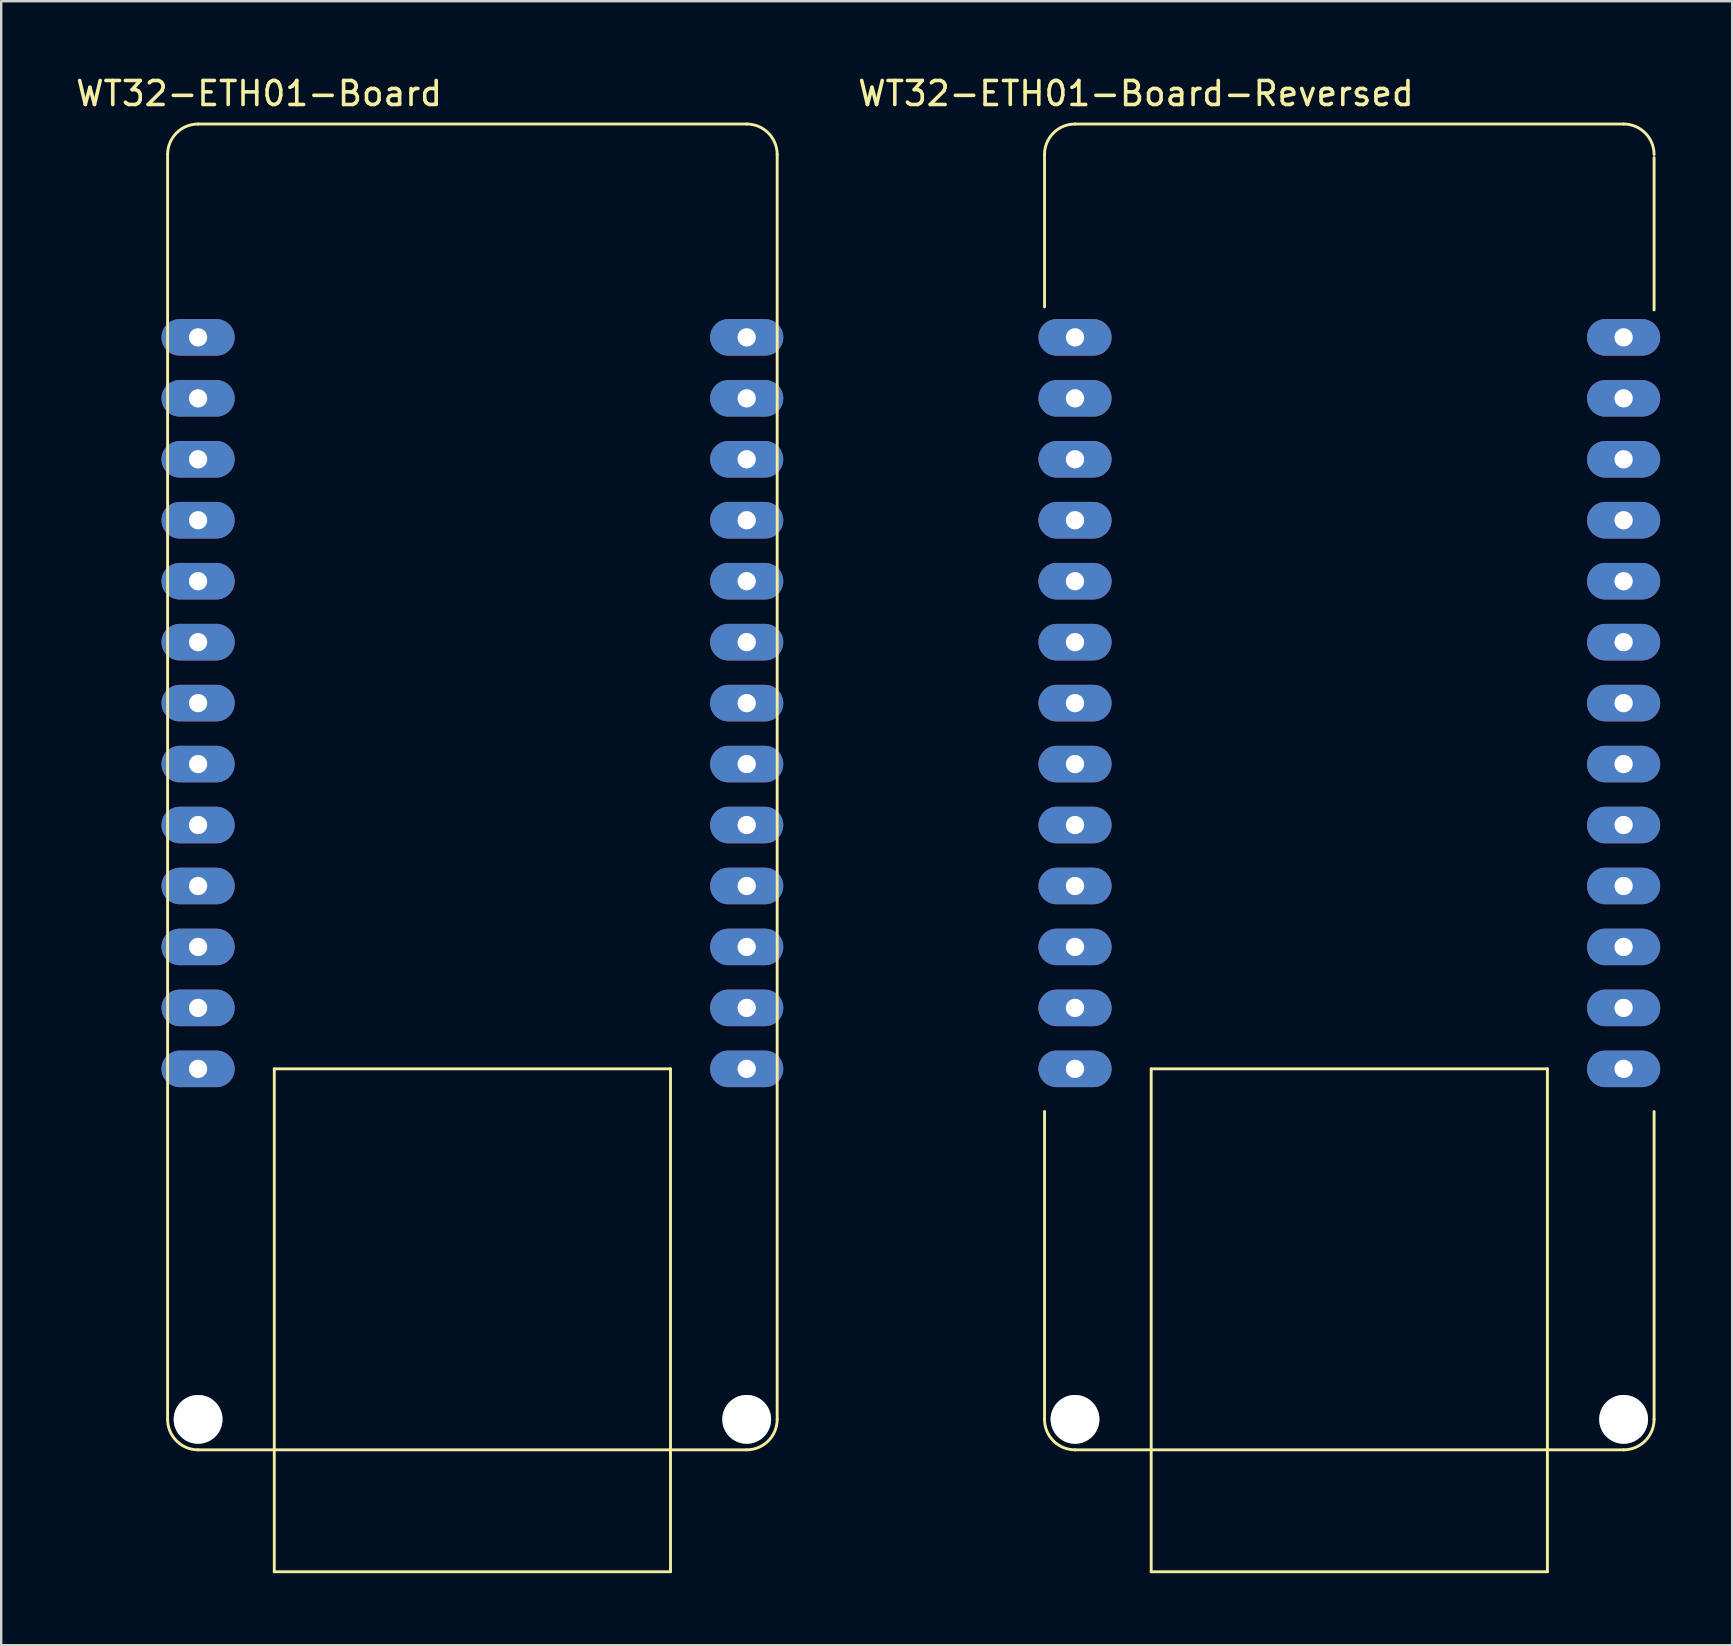
<source format=kicad_pcb>
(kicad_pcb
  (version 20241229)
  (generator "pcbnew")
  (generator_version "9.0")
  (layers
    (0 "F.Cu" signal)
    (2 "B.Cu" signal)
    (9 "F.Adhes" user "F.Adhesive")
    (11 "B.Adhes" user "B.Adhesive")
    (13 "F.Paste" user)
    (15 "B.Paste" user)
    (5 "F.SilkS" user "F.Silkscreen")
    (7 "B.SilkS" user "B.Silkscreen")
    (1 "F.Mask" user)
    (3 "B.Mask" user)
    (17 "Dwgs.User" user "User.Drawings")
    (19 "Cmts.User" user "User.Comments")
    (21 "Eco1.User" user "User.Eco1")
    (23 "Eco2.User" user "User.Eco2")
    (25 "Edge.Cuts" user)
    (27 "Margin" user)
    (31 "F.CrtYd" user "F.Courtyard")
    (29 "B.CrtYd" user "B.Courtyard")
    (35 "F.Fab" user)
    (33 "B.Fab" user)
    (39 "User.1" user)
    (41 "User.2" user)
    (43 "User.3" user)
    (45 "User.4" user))
  (footprint "WT32-ETH01-Board-Reversed"
    (layer "F.Cu")
    (at 53.174 30.058)
    (property "Reference" "WT32-ETH01-Board-Reversed" (at -8.89 -29.21 0) (layer "F.SilkS") (effects (font (size 1 1) (thickness 0.15))))
    (fp_line (start -12.7 -26.67) (end -12.7 -20.32) (stroke (width 0.12) (type solid)) (layer "F.SilkS"))
    (fp_line (start -12.7 13.208) (end -12.7 26.035) (stroke (width 0.12) (type solid)) (layer "F.SilkS"))
    (fp_line (start -11.43 27.305) (end 11.43 27.305) (stroke (width 0.12) (type solid)) (layer "F.SilkS"))
    (fp_line (start -8.255 11.43) (end 8.255 11.43) (stroke (width 0.12) (type solid)) (layer "F.SilkS"))
    (fp_line (start -8.255 32.385) (end -8.255 11.43) (stroke (width 0.12) (type solid)) (layer "F.SilkS"))
    (fp_line (start 8.255 11.43) (end 8.255 32.385) (stroke (width 0.12) (type solid)) (layer "F.SilkS"))
    (fp_line (start 8.255 32.385) (end -8.255 32.385) (stroke (width 0.12) (type solid)) (layer "F.SilkS"))
    (fp_line (start 11.43 -27.94) (end -11.43 -27.94) (stroke (width 0.12) (type solid)) (layer "F.SilkS"))
    (fp_line (start 12.7 -26.543) (end 12.7 -20.193) (stroke (width 0.12) (type solid)) (layer "F.SilkS"))
    (fp_line (start 12.7 13.208) (end 12.7 26.035) (stroke (width 0.12) (type solid)) (layer "F.SilkS"))
    (fp_arc (start -12.7 -26.67) (mid -12.328026 -27.568026) (end -11.43 -27.94) (stroke (width 0.12) (type solid)) (layer "F.SilkS"))
    (fp_arc (start -11.43 27.305) (mid -12.328026 26.933026) (end -12.7 26.035) (stroke (width 0.12) (type solid)) (layer "F.SilkS"))
    (fp_arc (start 11.43 -27.94) (mid 12.328026 -27.568026) (end 12.7 -26.67) (stroke (width 0.12) (type solid)) (layer "F.SilkS"))
    (fp_arc (start 12.7 26.035) (mid 12.328026 26.933026) (end 11.43 27.305) (stroke (width 0.12) (type solid)) (layer "F.SilkS"))
    (pad "" thru_hole circle (at -11.43 26.035) (size 2.032 2.032) (drill 2.032) (layers "*.Mask" "F.Cu"))
    (pad "" thru_hole circle (at 11.43 26.035) (size 2.032 2.032) (drill 2.032) (layers "*.Mask" "F.Cu"))
    (pad "1" thru_hole oval (at 11.43 -19.05) (size 3.048 1.524) (drill 0.762) (layers "*.Cu" "*.Mask"))
    (pad "2" thru_hole oval (at 11.43 -16.51) (size 3.048 1.524) (drill 0.762) (layers "*.Cu" "*.Mask"))
    (pad "3" thru_hole oval (at 11.43 -13.97) (size 3.048 1.524) (drill 0.762) (layers "*.Cu" "*.Mask"))
    (pad "4" thru_hole oval (at 11.43 -11.43) (size 3.048 1.524) (drill 0.762) (layers "*.Cu" "*.Mask"))
    (pad "5" thru_hole oval (at 11.43 -8.89) (size 3.048 1.524) (drill 0.762) (layers "*.Cu" "*.Mask"))
    (pad "6" thru_hole oval (at 11.43 -6.35) (size 3.048 1.524) (drill 0.762) (layers "*.Cu" "*.Mask"))
    (pad "7" thru_hole oval (at 11.43 -3.81) (size 3.048 1.524) (drill 0.762) (layers "*.Cu" "*.Mask"))
    (pad "8" thru_hole oval (at 11.43 -1.27) (size 3.048 1.524) (drill 0.762) (layers "*.Cu" "*.Mask"))
    (pad "9" thru_hole oval (at 11.43 1.27) (size 3.048 1.524) (drill 0.762) (layers "*.Cu" "*.Mask"))
    (pad "10" thru_hole oval (at 11.43 3.81) (size 3.048 1.524) (drill 0.762) (layers "*.Cu" "*.Mask"))
    (pad "11" thru_hole oval (at 11.43 6.35) (size 3.048 1.524) (drill 0.762) (layers "*.Cu" "*.Mask"))
    (pad "12" thru_hole oval (at 11.43 8.89) (size 3.048 1.524) (drill 0.762) (layers "*.Cu" "*.Mask"))
    (pad "13" thru_hole oval (at 11.43 11.43) (size 3.048 1.524) (drill 0.762) (layers "*.Cu" "*.Mask"))
    (pad "14" thru_hole oval (at -11.43 11.43) (size 3.048 1.524) (drill 0.762) (layers "*.Cu" "*.Mask"))
    (pad "15" thru_hole oval (at -11.43 8.89) (size 3.048 1.524) (drill 0.762) (layers "*.Cu" "*.Mask"))
    (pad "16" thru_hole oval (at -11.43 6.35) (size 3.048 1.524) (drill 0.762) (layers "*.Cu" "*.Mask"))
    (pad "17" thru_hole oval (at -11.43 3.81) (size 3.048 1.524) (drill 0.762) (layers "*.Cu" "*.Mask"))
    (pad "18" thru_hole oval (at -11.43 1.27) (size 3.048 1.524) (drill 0.762) (layers "*.Cu" "*.Mask"))
    (pad "19" thru_hole oval (at -11.43 -1.27) (size 3.048 1.524) (drill 0.762) (layers "*.Cu" "*.Mask"))
    (pad "20" thru_hole oval (at -11.43 -3.81) (size 3.048 1.524) (drill 0.762) (layers "*.Cu" "*.Mask"))
    (pad "21" thru_hole oval (at -11.43 -6.35) (size 3.048 1.524) (drill 0.762) (layers "*.Cu" "*.Mask"))
    (pad "22" thru_hole oval (at -11.43 -8.89) (size 3.048 1.524) (drill 0.762) (layers "*.Cu" "*.Mask"))
    (pad "23" thru_hole oval (at -11.43 -11.43) (size 3.048 1.524) (drill 0.762) (layers "*.Cu" "*.Mask"))
    (pad "24" thru_hole oval (at -11.43 -13.97) (size 3.048 1.524) (drill 0.762) (layers "*.Cu" "*.Mask"))
    (pad "25" thru_hole oval (at -11.43 -16.51) (size 3.048 1.524) (drill 0.762) (layers "*.Cu" "*.Mask"))
    (pad "26" thru_hole oval (at -11.43 -19.05) (size 3.048 1.524) (drill 0.762) (layers "*.Cu" "*.Mask")))
  (footprint "WT32-ETH01-Board"
    (layer "F.Cu")
    (at 16.634 30.058)
    (property "Reference" "WT32-ETH01-Board" (at -8.89 -29.21 0) (layer "F.SilkS") (effects (font (size 1 1) (thickness 0.15))))
    (attr through_hole)
    (fp_line (start -12.7 -26.67) (end -12.7 26.035) (stroke (width 0.12) (type solid)) (layer "F.SilkS"))
    (fp_line (start -11.43 27.305) (end 11.43 27.305) (stroke (width 0.12) (type solid)) (layer "F.SilkS"))
    (fp_line (start -8.255 11.43) (end 8.255 11.43) (stroke (width 0.12) (type solid)) (layer "F.SilkS"))
    (fp_line (start -8.255 32.385) (end -8.255 11.43) (stroke (width 0.12) (type solid)) (layer "F.SilkS"))
    (fp_line (start 8.255 11.43) (end 8.255 32.385) (stroke (width 0.12) (type solid)) (layer "F.SilkS"))
    (fp_line (start 8.255 32.385) (end -8.255 32.385) (stroke (width 0.12) (type solid)) (layer "F.SilkS"))
    (fp_line (start 11.43 -27.94) (end -11.43 -27.94) (stroke (width 0.12) (type solid)) (layer "F.SilkS"))
    (fp_line (start 12.7 26.035) (end 12.7 -26.67) (stroke (width 0.12) (type solid)) (layer "F.SilkS"))
    (fp_arc (start -12.7 -26.67) (mid -12.328026 -27.568026) (end -11.43 -27.94) (stroke (width 0.12) (type solid)) (layer "F.SilkS"))
    (fp_arc (start -11.43 27.305) (mid -12.328026 26.933026) (end -12.7 26.035) (stroke (width 0.12) (type solid)) (layer "F.SilkS"))
    (fp_arc (start 11.43 -27.94) (mid 12.328026 -27.568026) (end 12.7 -26.67) (stroke (width 0.12) (type solid)) (layer "F.SilkS"))
    (fp_arc (start 12.7 26.035) (mid 12.328026 26.933026) (end 11.43 27.305) (stroke (width 0.12) (type solid)) (layer "F.SilkS"))
    (pad "" thru_hole circle (at -11.43 26.035) (size 2.032 2.032) (drill 2.032) (layers "*.Mask" "F.Cu"))
    (pad "" thru_hole circle (at 11.43 26.035) (size 2.032 2.032) (drill 2.032) (layers "*.Mask" "F.Cu"))
    (pad "1" thru_hole oval (at -11.43 -19.05) (size 3.048 1.524) (drill 0.762) (layers "*.Cu" "*.Mask"))
    (pad "2" thru_hole oval (at -11.43 -16.51) (size 3.048 1.524) (drill 0.762) (layers "*.Cu" "*.Mask"))
    (pad "3" thru_hole oval (at -11.43 -13.97) (size 3.048 1.524) (drill 0.762) (layers "*.Cu" "*.Mask"))
    (pad "4" thru_hole oval (at -11.43 -11.43) (size 3.048 1.524) (drill 0.762) (layers "*.Cu" "*.Mask"))
    (pad "5" thru_hole oval (at -11.43 -8.89) (size 3.048 1.524) (drill 0.762) (layers "*.Cu" "*.Mask"))
    (pad "6" thru_hole oval (at -11.43 -6.35) (size 3.048 1.524) (drill 0.762) (layers "*.Cu" "*.Mask"))
    (pad "7" thru_hole oval (at -11.43 -3.81) (size 3.048 1.524) (drill 0.762) (layers "*.Cu" "*.Mask"))
    (pad "8" thru_hole oval (at -11.43 -1.27) (size 3.048 1.524) (drill 0.762) (layers "*.Cu" "*.Mask"))
    (pad "9" thru_hole oval (at -11.43 1.27) (size 3.048 1.524) (drill 0.762) (layers "*.Cu" "*.Mask"))
    (pad "10" thru_hole oval (at -11.43 3.81) (size 3.048 1.524) (drill 0.762) (layers "*.Cu" "*.Mask"))
    (pad "11" thru_hole oval (at -11.43 6.35) (size 3.048 1.524) (drill 0.762) (layers "*.Cu" "*.Mask"))
    (pad "12" thru_hole oval (at -11.43 8.89) (size 3.048 1.524) (drill 0.762) (layers "*.Cu" "*.Mask"))
    (pad "13" thru_hole oval (at -11.43 11.43) (size 3.048 1.524) (drill 0.762) (layers "*.Cu" "*.Mask"))
    (pad "14" thru_hole oval (at 11.43 11.43) (size 3.048 1.524) (drill 0.762) (layers "*.Cu" "*.Mask"))
    (pad "15" thru_hole oval (at 11.43 8.89) (size 3.048 1.524) (drill 0.762) (layers "*.Cu" "*.Mask"))
    (pad "16" thru_hole oval (at 11.43 6.35) (size 3.048 1.524) (drill 0.762) (layers "*.Cu" "*.Mask"))
    (pad "17" thru_hole oval (at 11.43 3.81) (size 3.048 1.524) (drill 0.762) (layers "*.Cu" "*.Mask"))
    (pad "18" thru_hole oval (at 11.43 1.27) (size 3.048 1.524) (drill 0.762) (layers "*.Cu" "*.Mask"))
    (pad "19" thru_hole oval (at 11.43 -1.27) (size 3.048 1.524) (drill 0.762) (layers "*.Cu" "*.Mask"))
    (pad "20" thru_hole oval (at 11.43 -3.81) (size 3.048 1.524) (drill 0.762) (layers "*.Cu" "*.Mask"))
    (pad "21" thru_hole oval (at 11.43 -6.35) (size 3.048 1.524) (drill 0.762) (layers "*.Cu" "*.Mask"))
    (pad "22" thru_hole oval (at 11.43 -8.89) (size 3.048 1.524) (drill 0.762) (layers "*.Cu" "*.Mask"))
    (pad "23" thru_hole oval (at 11.43 -11.43) (size 3.048 1.524) (drill 0.762) (layers "*.Cu" "*.Mask"))
    (pad "24" thru_hole oval (at 11.43 -13.97) (size 3.048 1.524) (drill 0.762) (layers "*.Cu" "*.Mask"))
    (pad "25" thru_hole oval (at 11.43 -16.51) (size 3.048 1.524) (drill 0.762) (layers "*.Cu" "*.Mask"))
    (pad "26" thru_hole oval (at 11.43 -19.05) (size 3.048 1.524) (drill 0.762) (layers "*.Cu" "*.Mask")))
  (gr_rect
    (start -3 -3)
    (end 69.128 65.503)
    (stroke (width 0.1) (type default))
    (fill no)
    (layer "Edge.Cuts")))
</source>
